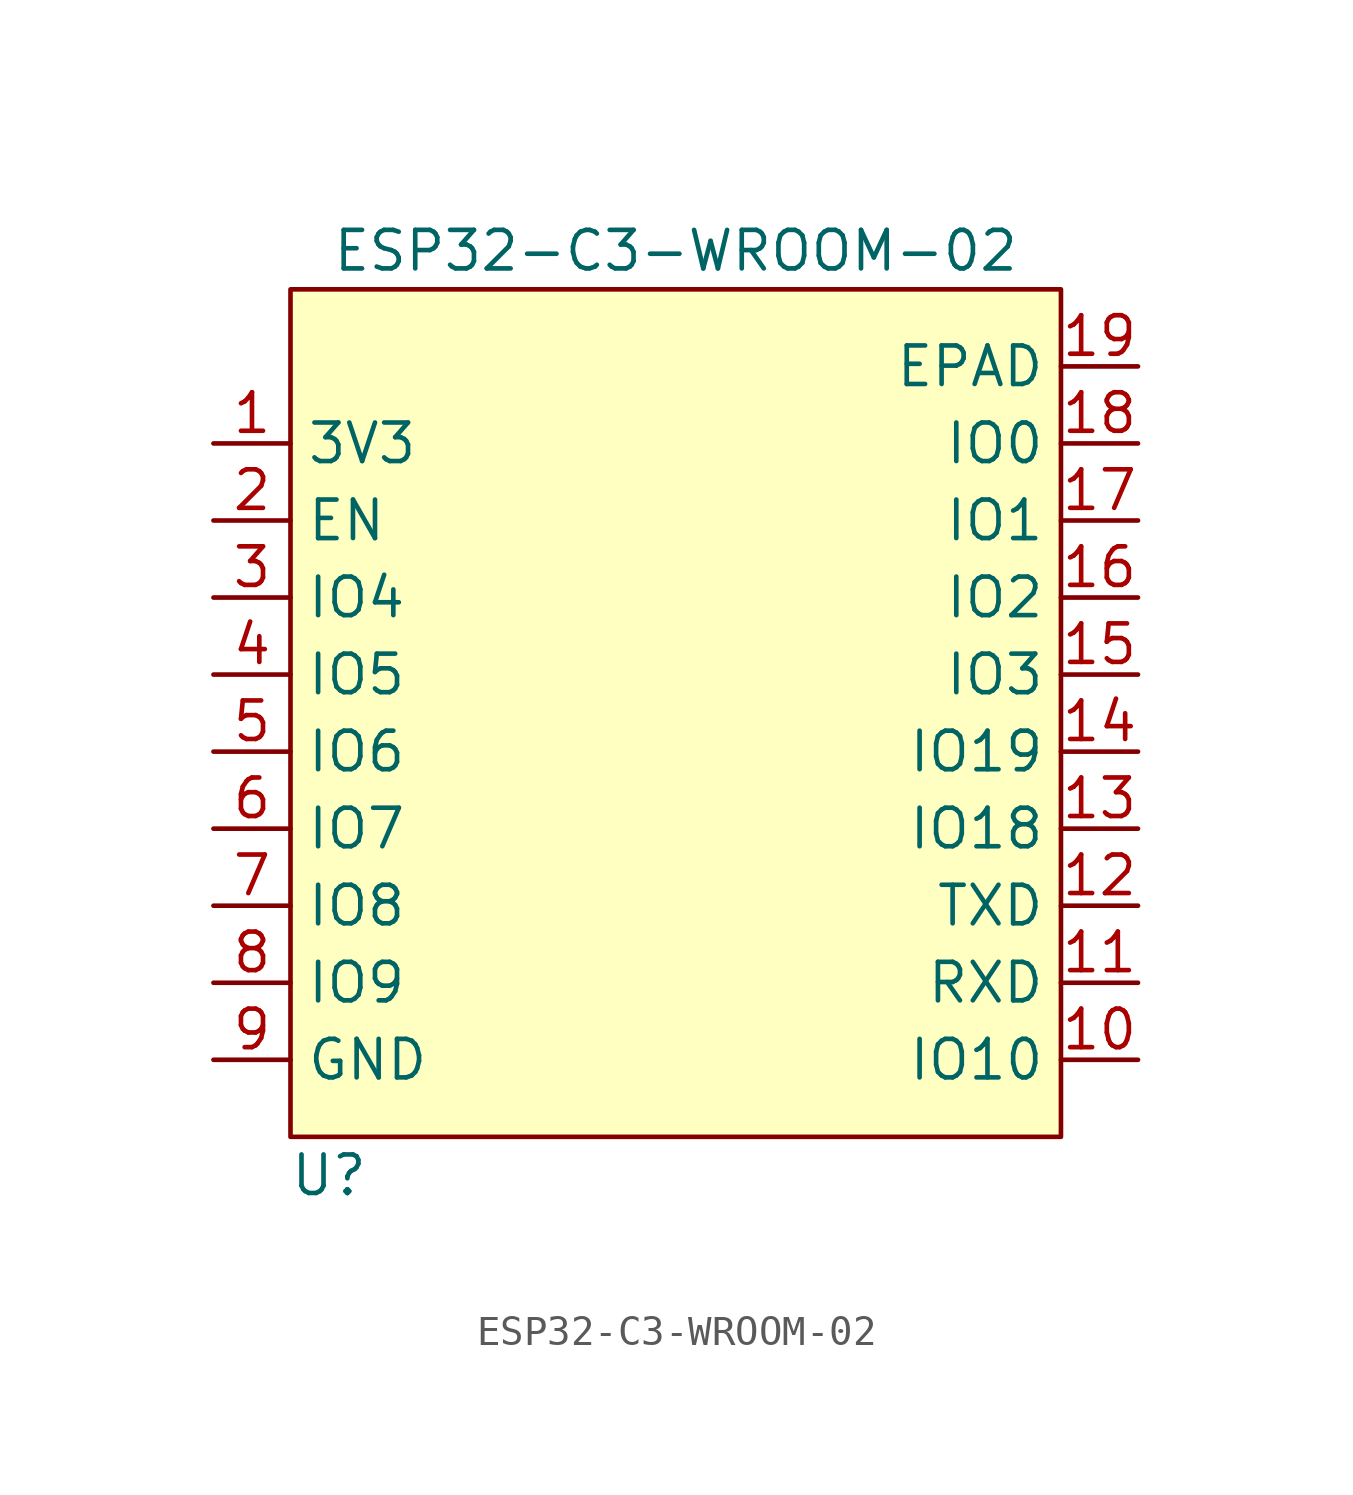
<source format=kicad_sym>
(kicad_symbol_lib
  (version 20211014)
  (generator kicad_symbol_editor)
  (symbol "ESP32-C3-WROOM-02"
    (property "Reference" "U"
      (at -11.43 -29.21 0)
      (effects (font (size 1.27 1.27))))
    (property "Value" "ESP32-C3-WROOM-02"
      (at 0 1.27 0)
      (effects (font (size 1.27 1.27))))
    (symbol "ESP32-C3-WROOM-02_0_1"
      (rectangle (start -12.7 0) (end 12.7 -27.94) (stroke (width 0) (type default) (color 0 0 0 0)) (fill (type background))))
    (symbol "ESP32-C3-WROOM-02_1_1"
      (pin free line (at -15.24 -5.08 0) (length 2.54) (name "3V3" (effects (font (size 1.27 1.27)))) (number "1" (effects (font (size 1.27 1.27)))))
      (pin free line (at 15.24 -25.4 180) (length 2.54) (name "IO10" (effects (font (size 1.27 1.27)))) (number "10" (effects (font (size 1.27 1.27)))))
      (pin free line (at 15.24 -22.86 180) (length 2.54) (name "RXD" (effects (font (size 1.27 1.27)))) (number "11" (effects (font (size 1.27 1.27)))))
      (pin free line (at 15.24 -20.32 180) (length 2.54) (name "TXD" (effects (font (size 1.27 1.27)))) (number "12" (effects (font (size 1.27 1.27)))))
      (pin free line (at 15.24 -17.78 180) (length 2.54) (name "IO18" (effects (font (size 1.27 1.27)))) (number "13" (effects (font (size 1.27 1.27)))))
      (pin free line (at 15.24 -15.24 180) (length 2.54) (name "IO19" (effects (font (size 1.27 1.27)))) (number "14" (effects (font (size 1.27 1.27)))))
      (pin free line (at 15.24 -12.7 180) (length 2.54) (name "IO3" (effects (font (size 1.27 1.27)))) (number "15" (effects (font (size 1.27 1.27)))))
      (pin free line (at 15.24 -10.16 180) (length 2.54) (name "IO2" (effects (font (size 1.27 1.27)))) (number "16" (effects (font (size 1.27 1.27)))))
      (pin free line (at 15.24 -7.62 180) (length 2.54) (name "IO1" (effects (font (size 1.27 1.27)))) (number "17" (effects (font (size 1.27 1.27)))))
      (pin free line (at 15.24 -5.08 180) (length 2.54) (name "IO0" (effects (font (size 1.27 1.27)))) (number "18" (effects (font (size 1.27 1.27)))))
      (pin free line (at 15.24 -2.54 180) (length 2.54) (name "EPAD" (effects (font (size 1.27 1.27)))) (number "19" (effects (font (size 1.27 1.27)))))
      (pin free line (at -15.24 -7.62 0) (length 2.54) (name "EN" (effects (font (size 1.27 1.27)))) (number "2" (effects (font (size 1.27 1.27)))))
      (pin free line (at -15.24 -10.16 0) (length 2.54) (name "IO4" (effects (font (size 1.27 1.27)))) (number "3" (effects (font (size 1.27 1.27)))))
      (pin free line (at -15.24 -12.7 0) (length 2.54) (name "IO5" (effects (font (size 1.27 1.27)))) (number "4" (effects (font (size 1.27 1.27)))))
      (pin free line (at -15.24 -15.24 0) (length 2.54) (name "IO6" (effects (font (size 1.27 1.27)))) (number "5" (effects (font (size 1.27 1.27)))))
      (pin free line (at -15.24 -17.78 0) (length 2.54) (name "IO7" (effects (font (size 1.27 1.27)))) (number "6" (effects (font (size 1.27 1.27)))))
      (pin free line (at -15.24 -20.32 0) (length 2.54) (name "IO8" (effects (font (size 1.27 1.27)))) (number "7" (effects (font (size 1.27 1.27)))))
      (pin free line (at -15.24 -22.86 0) (length 2.54) (name "IO9" (effects (font (size 1.27 1.27)))) (number "8" (effects (font (size 1.27 1.27)))))
      (pin free line (at -15.24 -25.4 0) (length 2.54) (name "GND" (effects (font (size 1.27 1.27)))) (number "9" (effects (font (size 1.27 1.27))))))))
</source>
